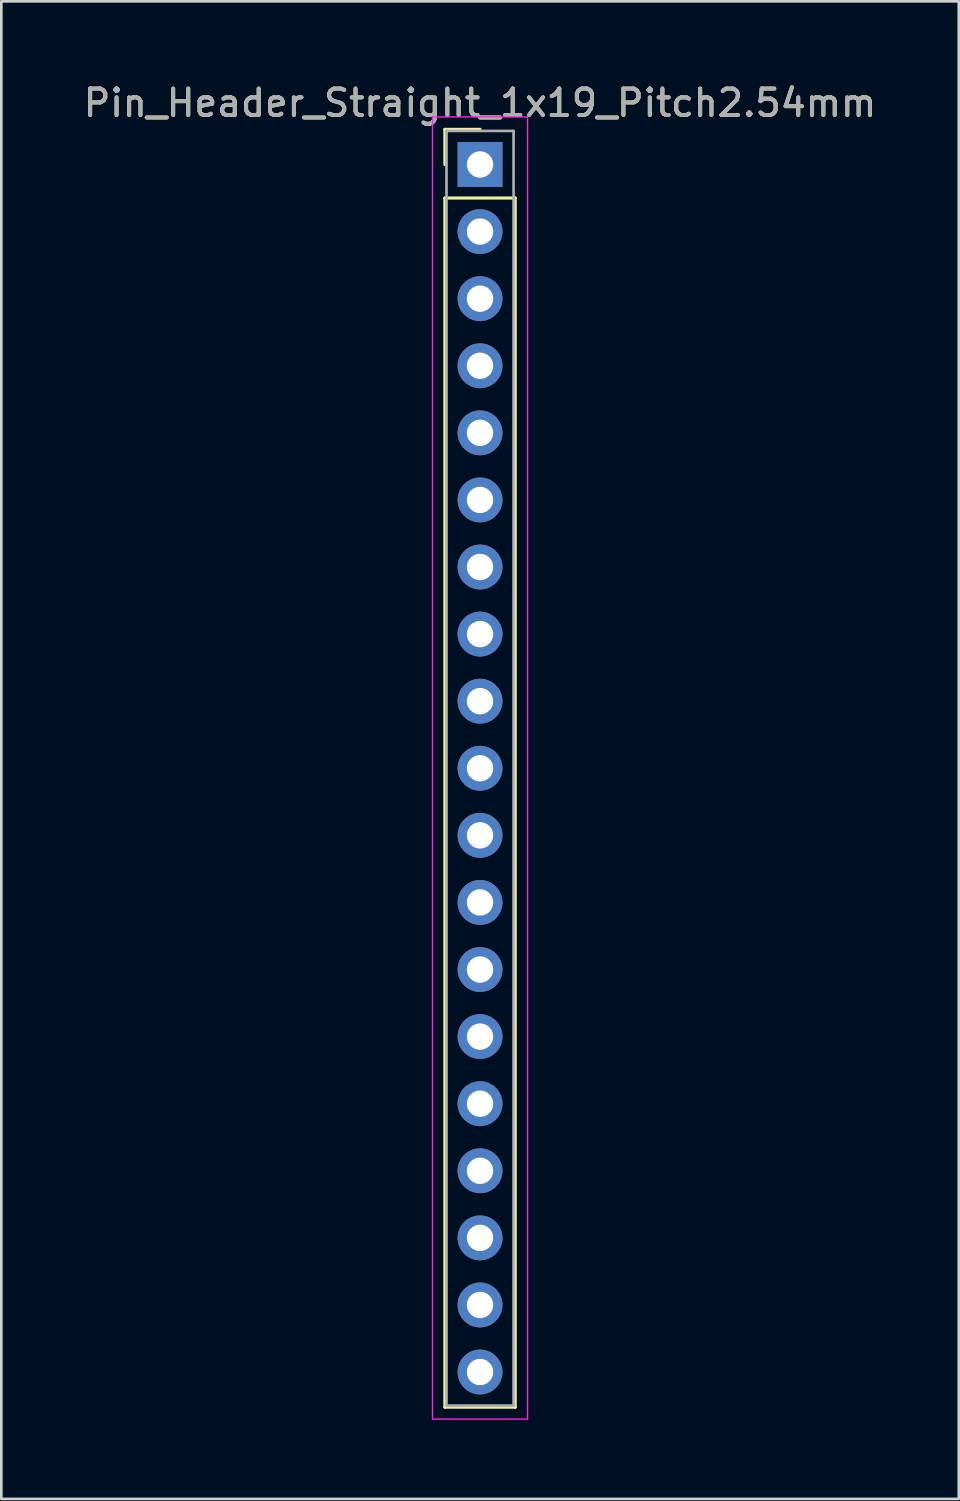
<source format=kicad_pcb>
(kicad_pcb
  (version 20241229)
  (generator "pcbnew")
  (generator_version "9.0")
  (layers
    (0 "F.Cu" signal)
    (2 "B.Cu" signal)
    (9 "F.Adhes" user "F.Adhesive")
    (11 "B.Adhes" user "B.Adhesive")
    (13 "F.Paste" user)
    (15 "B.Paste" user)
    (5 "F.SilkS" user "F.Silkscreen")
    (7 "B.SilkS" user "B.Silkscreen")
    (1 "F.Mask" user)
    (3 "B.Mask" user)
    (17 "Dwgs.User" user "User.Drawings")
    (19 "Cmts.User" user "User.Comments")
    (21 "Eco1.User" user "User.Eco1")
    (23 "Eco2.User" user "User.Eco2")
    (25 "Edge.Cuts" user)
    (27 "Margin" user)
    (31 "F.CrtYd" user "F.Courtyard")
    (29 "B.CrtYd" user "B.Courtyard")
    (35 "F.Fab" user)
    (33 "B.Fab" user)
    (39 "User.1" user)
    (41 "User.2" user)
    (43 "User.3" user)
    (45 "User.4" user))
  (footprint "Pin_Header_Straight_1x19_Pitch2.54mm"
    (layer "F.Cu")
    (at 15.125 3.178)
    (property "Reference" "Pin_Header_Straight_1x19_Pitch2.54mm" (at 0 -2.33 0) (layer "F.SilkS") (effects (font (size 1 1) (thickness 0.15))))
    (attr through_hole)
    (fp_line (start -1.33 -1.33) (end 0 -1.33) (stroke (width 0.12) (type solid)) (layer "F.SilkS"))
    (fp_line (start -1.33 0) (end -1.33 -1.33) (stroke (width 0.12) (type solid)) (layer "F.SilkS"))
    (fp_line (start -1.33 1.27) (end -1.33 47.05) (stroke (width 0.12) (type solid)) (layer "F.SilkS"))
    (fp_line (start -1.33 47.05) (end 1.33 47.05) (stroke (width 0.12) (type solid)) (layer "F.SilkS"))
    (fp_line (start 1.33 1.27) (end -1.33 1.27) (stroke (width 0.12) (type solid)) (layer "F.SilkS"))
    (fp_line (start 1.33 47.05) (end 1.33 1.27) (stroke (width 0.12) (type solid)) (layer "F.SilkS"))
    (fp_line (start -1.8 -1.8) (end -1.8 47.5) (stroke (width 0.05) (type solid)) (layer "F.CrtYd"))
    (fp_line (start -1.8 47.5) (end 1.8 47.5) (stroke (width 0.05) (type solid)) (layer "F.CrtYd"))
    (fp_line (start 1.8 -1.8) (end -1.8 -1.8) (stroke (width 0.05) (type solid)) (layer "F.CrtYd"))
    (fp_line (start 1.8 47.5) (end 1.8 -1.8) (stroke (width 0.05) (type solid)) (layer "F.CrtYd"))
    (fp_line (start -1.27 -1.27) (end -1.27 46.99) (stroke (width 0.1) (type solid)) (layer "F.Fab"))
    (fp_line (start -1.27 46.99) (end 1.27 46.99) (stroke (width 0.1) (type solid)) (layer "F.Fab"))
    (fp_line (start 1.27 -1.27) (end -1.27 -1.27) (stroke (width 0.1) (type solid)) (layer "F.Fab"))
    (fp_line (start 1.27 46.99) (end 1.27 -1.27) (stroke (width 0.1) (type solid)) (layer "F.Fab"))
    (fp_text user "${REFERENCE}" (at 0 -2.33 0) (layer "F.Fab") (effects (font (size 1 1) (thickness 0.15))))
    (pad "1" thru_hole rect (at 0 0) (size 1.7 1.7) (drill 1) (layers "*.Cu" "*.Mask"))
    (pad "2" thru_hole oval (at 0 2.54) (size 1.7 1.7) (drill 1) (layers "*.Cu" "*.Mask"))
    (pad "3" thru_hole oval (at 0 5.08) (size 1.7 1.7) (drill 1) (layers "*.Cu" "*.Mask"))
    (pad "4" thru_hole oval (at 0 7.62) (size 1.7 1.7) (drill 1) (layers "*.Cu" "*.Mask"))
    (pad "5" thru_hole oval (at 0 10.16) (size 1.7 1.7) (drill 1) (layers "*.Cu" "*.Mask"))
    (pad "6" thru_hole oval (at 0 12.7) (size 1.7 1.7) (drill 1) (layers "*.Cu" "*.Mask"))
    (pad "7" thru_hole oval (at 0 15.24) (size 1.7 1.7) (drill 1) (layers "*.Cu" "*.Mask"))
    (pad "8" thru_hole oval (at 0 17.78) (size 1.7 1.7) (drill 1) (layers "*.Cu" "*.Mask"))
    (pad "9" thru_hole oval (at 0 20.32) (size 1.7 1.7) (drill 1) (layers "*.Cu" "*.Mask"))
    (pad "10" thru_hole oval (at 0 22.86) (size 1.7 1.7) (drill 1) (layers "*.Cu" "*.Mask"))
    (pad "11" thru_hole oval (at 0 25.4) (size 1.7 1.7) (drill 1) (layers "*.Cu" "*.Mask"))
    (pad "12" thru_hole oval (at 0 27.94) (size 1.7 1.7) (drill 1) (layers "*.Cu" "*.Mask"))
    (pad "13" thru_hole oval (at 0 30.48) (size 1.7 1.7) (drill 1) (layers "*.Cu" "*.Mask"))
    (pad "14" thru_hole oval (at 0 33.02) (size 1.7 1.7) (drill 1) (layers "*.Cu" "*.Mask"))
    (pad "15" thru_hole oval (at 0 35.56) (size 1.7 1.7) (drill 1) (layers "*.Cu" "*.Mask"))
    (pad "16" thru_hole oval (at 0 38.1) (size 1.7 1.7) (drill 1) (layers "*.Cu" "*.Mask"))
    (pad "17" thru_hole oval (at 0 40.64) (size 1.7 1.7) (drill 1) (layers "*.Cu" "*.Mask"))
    (pad "18" thru_hole oval (at 0 43.18) (size 1.7 1.7) (drill 1) (layers "*.Cu" "*.Mask"))
    (pad "19" thru_hole oval (at 0 45.72) (size 1.7 1.7) (drill 1) (layers "*.Cu" "*.Mask")))
  (gr_rect
    (start -3 -3)
    (end 33.25 53.703)
    (stroke (width 0.1) (type default))
    (fill no)
    (layer "Edge.Cuts")))
</source>
